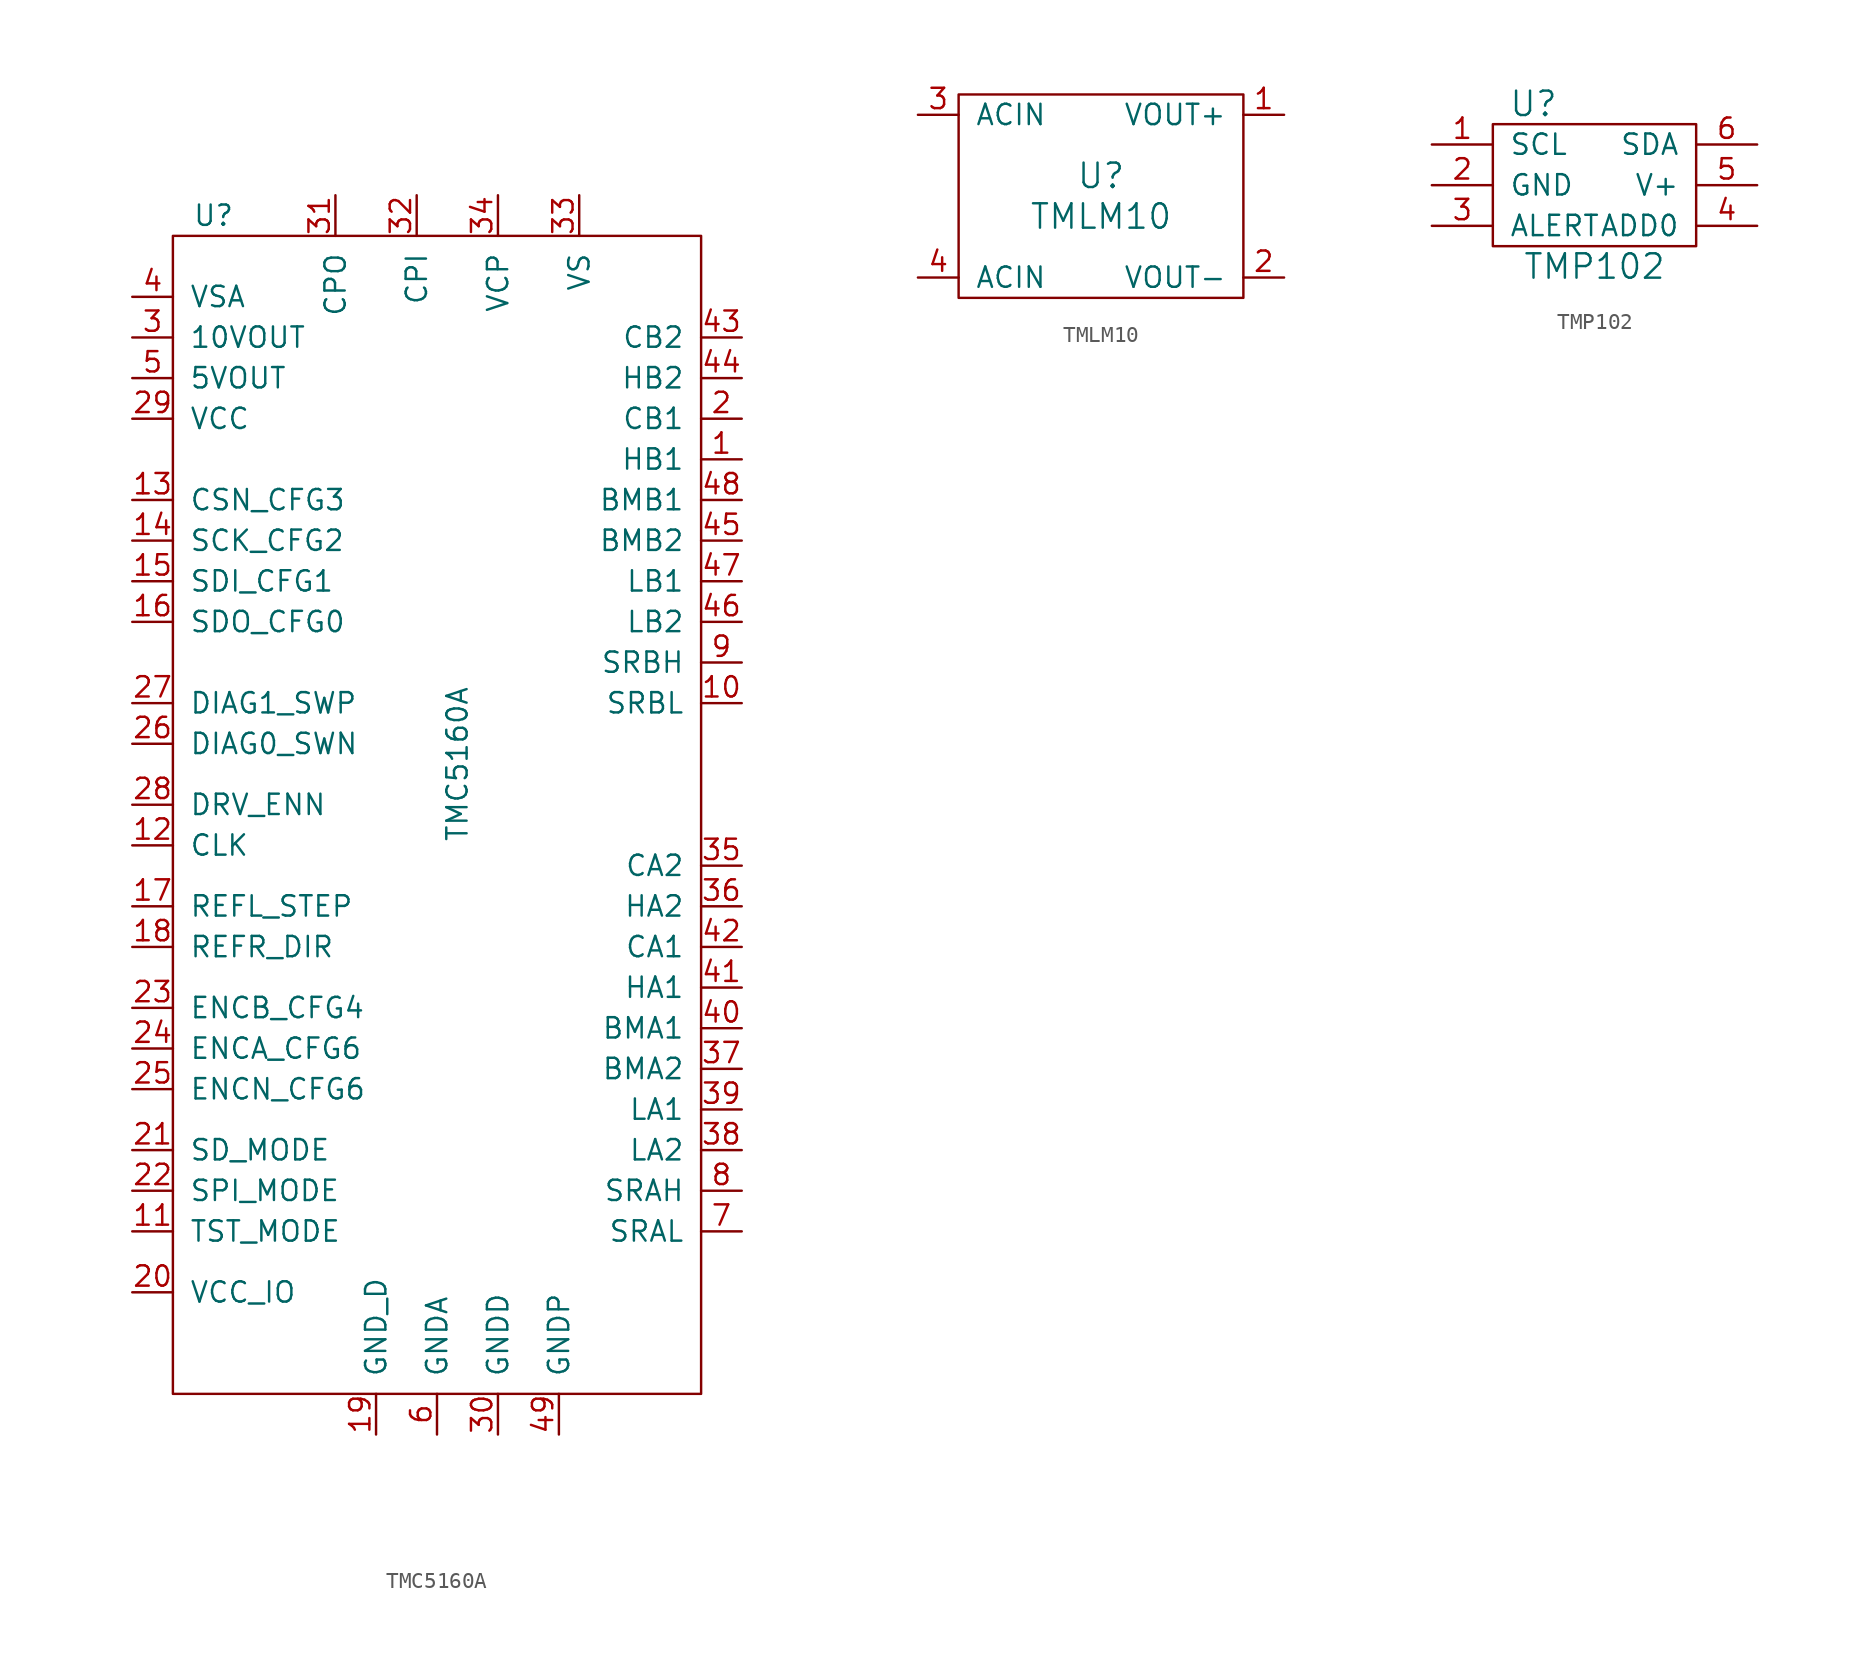
<source format=kicad_sym>
(kicad_symbol_lib
  (version 20210619)
  (generator kicad_symbol_editor)
  (symbol "tinkerforge:TMC5160A"
    (pin_names
      (offset 1.016))
    (property "Reference" "U"
      (at -15.24 34.29 0)
      (effects (font (size 1.27 1.27))))
    (property "Value" "TMC5160A"
      (at 0 0 90)
      (effects (font (size 1.27 1.27))))
    (symbol "TMC5160A_0_1"
      (rectangle (start -17.78 33.02) (end 15.24 -39.37) (stroke (width 0)) (fill (type none))))
    (symbol "TMC5160A_1_1"
      (pin input line (at 17.78 19.05 180) (length 2.54) (name "HB1" (effects (font (size 1.27 1.27)))) (number "1" (effects (font (size 1.27 1.27)))))
      (pin input line (at 17.78 3.81 180) (length 2.54) (name "SRBL" (effects (font (size 1.27 1.27)))) (number "10" (effects (font (size 1.27 1.27)))))
      (pin input line (at -20.32 -29.21 0) (length 2.54) (name "TST_MODE" (effects (font (size 1.27 1.27)))) (number "11" (effects (font (size 1.27 1.27)))))
      (pin input line (at -20.32 -5.08 0) (length 2.54) (name "CLK" (effects (font (size 1.27 1.27)))) (number "12" (effects (font (size 1.27 1.27)))))
      (pin input line (at -20.32 16.51 0) (length 2.54) (name "CSN_CFG3" (effects (font (size 1.27 1.27)))) (number "13" (effects (font (size 1.27 1.27)))))
      (pin input line (at -20.32 13.97 0) (length 2.54) (name "SCK_CFG2" (effects (font (size 1.27 1.27)))) (number "14" (effects (font (size 1.27 1.27)))))
      (pin input line (at -20.32 11.43 0) (length 2.54) (name "SDI_CFG1" (effects (font (size 1.27 1.27)))) (number "15" (effects (font (size 1.27 1.27)))))
      (pin input line (at -20.32 8.89 0) (length 2.54) (name "SDO_CFG0" (effects (font (size 1.27 1.27)))) (number "16" (effects (font (size 1.27 1.27)))))
      (pin input line (at -20.32 -8.89 0) (length 2.54) (name "REFL_STEP" (effects (font (size 1.27 1.27)))) (number "17" (effects (font (size 1.27 1.27)))))
      (pin input line (at -20.32 -11.43 0) (length 2.54) (name "REFR_DIR" (effects (font (size 1.27 1.27)))) (number "18" (effects (font (size 1.27 1.27)))))
      (pin input line (at -5.08 -41.91 90) (length 2.54) (name "GND_D" (effects (font (size 1.27 1.27)))) (number "19" (effects (font (size 1.27 1.27)))))
      (pin input line (at 17.78 21.59 180) (length 2.54) (name "CB1" (effects (font (size 1.27 1.27)))) (number "2" (effects (font (size 1.27 1.27)))))
      (pin input line (at -20.32 -33.02 0) (length 2.54) (name "VCC_IO" (effects (font (size 1.27 1.27)))) (number "20" (effects (font (size 1.27 1.27)))))
      (pin input line (at -20.32 -24.13 0) (length 2.54) (name "SD_MODE" (effects (font (size 1.27 1.27)))) (number "21" (effects (font (size 1.27 1.27)))))
      (pin input line (at -20.32 -26.67 0) (length 2.54) (name "SPI_MODE" (effects (font (size 1.27 1.27)))) (number "22" (effects (font (size 1.27 1.27)))))
      (pin input line (at -20.32 -15.24 0) (length 2.54) (name "ENCB_CFG4" (effects (font (size 1.27 1.27)))) (number "23" (effects (font (size 1.27 1.27)))))
      (pin input line (at -20.32 -17.78 0) (length 2.54) (name "ENCA_CFG6" (effects (font (size 1.27 1.27)))) (number "24" (effects (font (size 1.27 1.27)))))
      (pin input line (at -20.32 -20.32 0) (length 2.54) (name "ENCN_CFG6" (effects (font (size 1.27 1.27)))) (number "25" (effects (font (size 1.27 1.27)))))
      (pin input line (at -20.32 1.27 0) (length 2.54) (name "DIAG0_SWN" (effects (font (size 1.27 1.27)))) (number "26" (effects (font (size 1.27 1.27)))))
      (pin input line (at -20.32 3.81 0) (length 2.54) (name "DIAG1_SWP" (effects (font (size 1.27 1.27)))) (number "27" (effects (font (size 1.27 1.27)))))
      (pin input line (at -20.32 -2.54 0) (length 2.54) (name "DRV_ENN" (effects (font (size 1.27 1.27)))) (number "28" (effects (font (size 1.27 1.27)))))
      (pin input line (at -20.32 21.59 0) (length 2.54) (name "VCC" (effects (font (size 1.27 1.27)))) (number "29" (effects (font (size 1.27 1.27)))))
      (pin input line (at -20.32 26.67 0) (length 2.54) (name "10VOUT" (effects (font (size 1.27 1.27)))) (number "3" (effects (font (size 1.27 1.27)))))
      (pin input line (at 2.54 -41.91 90) (length 2.54) (name "GNDD" (effects (font (size 1.27 1.27)))) (number "30" (effects (font (size 1.27 1.27)))))
      (pin input line (at -7.62 35.56 270) (length 2.54) (name "CPO" (effects (font (size 1.27 1.27)))) (number "31" (effects (font (size 1.27 1.27)))))
      (pin input line (at -2.54 35.56 270) (length 2.54) (name "CPI" (effects (font (size 1.27 1.27)))) (number "32" (effects (font (size 1.27 1.27)))))
      (pin input line (at 7.62 35.56 270) (length 2.54) (name "VS" (effects (font (size 1.27 1.27)))) (number "33" (effects (font (size 1.27 1.27)))))
      (pin input line (at 2.54 35.56 270) (length 2.54) (name "VCP" (effects (font (size 1.27 1.27)))) (number "34" (effects (font (size 1.27 1.27)))))
      (pin input line (at 17.78 -6.35 180) (length 2.54) (name "CA2" (effects (font (size 1.27 1.27)))) (number "35" (effects (font (size 1.27 1.27)))))
      (pin input line (at 17.78 -8.89 180) (length 2.54) (name "HA2" (effects (font (size 1.27 1.27)))) (number "36" (effects (font (size 1.27 1.27)))))
      (pin input line (at 17.78 -19.05 180) (length 2.54) (name "BMA2" (effects (font (size 1.27 1.27)))) (number "37" (effects (font (size 1.27 1.27)))))
      (pin input line (at 17.78 -24.13 180) (length 2.54) (name "LA2" (effects (font (size 1.27 1.27)))) (number "38" (effects (font (size 1.27 1.27)))))
      (pin input line (at 17.78 -21.59 180) (length 2.54) (name "LA1" (effects (font (size 1.27 1.27)))) (number "39" (effects (font (size 1.27 1.27)))))
      (pin input line (at -20.32 29.21 0) (length 2.54) (name "VSA" (effects (font (size 1.27 1.27)))) (number "4" (effects (font (size 1.27 1.27)))))
      (pin input line (at 17.78 -16.51 180) (length 2.54) (name "BMA1" (effects (font (size 1.27 1.27)))) (number "40" (effects (font (size 1.27 1.27)))))
      (pin input line (at 17.78 -13.97 180) (length 2.54) (name "HA1" (effects (font (size 1.27 1.27)))) (number "41" (effects (font (size 1.27 1.27)))))
      (pin input line (at 17.78 -11.43 180) (length 2.54) (name "CA1" (effects (font (size 1.27 1.27)))) (number "42" (effects (font (size 1.27 1.27)))))
      (pin input line (at 17.78 26.67 180) (length 2.54) (name "CB2" (effects (font (size 1.27 1.27)))) (number "43" (effects (font (size 1.27 1.27)))))
      (pin input line (at 17.78 24.13 180) (length 2.54) (name "HB2" (effects (font (size 1.27 1.27)))) (number "44" (effects (font (size 1.27 1.27)))))
      (pin input line (at 17.78 13.97 180) (length 2.54) (name "BMB2" (effects (font (size 1.27 1.27)))) (number "45" (effects (font (size 1.27 1.27)))))
      (pin input line (at 17.78 8.89 180) (length 2.54) (name "LB2" (effects (font (size 1.27 1.27)))) (number "46" (effects (font (size 1.27 1.27)))))
      (pin input line (at 17.78 11.43 180) (length 2.54) (name "LB1" (effects (font (size 1.27 1.27)))) (number "47" (effects (font (size 1.27 1.27)))))
      (pin input line (at 17.78 16.51 180) (length 2.54) (name "BMB1" (effects (font (size 1.27 1.27)))) (number "48" (effects (font (size 1.27 1.27)))))
      (pin input line (at 6.35 -41.91 90) (length 2.54) (name "GNDP" (effects (font (size 1.27 1.27)))) (number "49" (effects (font (size 1.27 1.27)))))
      (pin input line (at -20.32 24.13 0) (length 2.54) (name "5VOUT" (effects (font (size 1.27 1.27)))) (number "5" (effects (font (size 1.27 1.27)))))
      (pin input line (at -1.27 -41.91 90) (length 2.54) (name "GNDA" (effects (font (size 1.27 1.27)))) (number "6" (effects (font (size 1.27 1.27)))))
      (pin input line (at 17.78 -29.21 180) (length 2.54) (name "SRAL" (effects (font (size 1.27 1.27)))) (number "7" (effects (font (size 1.27 1.27)))))
      (pin input line (at 17.78 -26.67 180) (length 2.54) (name "SRAH" (effects (font (size 1.27 1.27)))) (number "8" (effects (font (size 1.27 1.27)))))
      (pin input line (at 17.78 6.35 180) (length 2.54) (name "SRBH" (effects (font (size 1.27 1.27)))) (number "9" (effects (font (size 1.27 1.27)))))))
  (symbol "tinkerforge:TMLM10"
    (pin_names
      (offset 1.016))
    (property "Reference" "U"
      (at 0 1.27 0)
      (effects (font (size 1.524 1.524))))
    (property "Value" "TMLM10"
      (at 0 -1.27 0)
      (effects (font (size 1.524 1.524))))
    (symbol "TMLM10_0_1"
      (rectangle (start -8.89 6.35) (end 8.89 -6.35) (stroke (width 0)) (fill (type none))))
    (symbol "TMLM10_1_1"
      (pin passive line (at 11.43 5.08 180) (length 2.54) (name "VOUT+" (effects (font (size 1.27 1.27)))) (number "1" (effects (font (size 1.27 1.27)))))
      (pin passive line (at 11.43 -5.08 180) (length 2.54) (name "VOUT-" (effects (font (size 1.27 1.27)))) (number "2" (effects (font (size 1.27 1.27)))))
      (pin passive line (at -11.43 5.08 0) (length 2.54) (name "ACIN" (effects (font (size 1.27 1.27)))) (number "3" (effects (font (size 1.27 1.27)))))
      (pin passive line (at -11.43 -5.08 0) (length 2.54) (name "ACIN" (effects (font (size 1.27 1.27)))) (number "4" (effects (font (size 1.27 1.27)))))))
  (symbol "tinkerforge:TMP102"
    (pin_names
      (offset 1.016))
    (property "Reference" "U"
      (at -3.81 5.08 0)
      (effects (font (size 1.524 1.524))))
    (property "Value" "TMP102"
      (at 0 -5.08 0)
      (effects (font (size 1.524 1.524))))
    (property "Footprint" ""
      (at 0 0 0)
      (effects (font (size 1.524 1.524))))
    (property "Datasheet" ""
      (at 0 0 0)
      (effects (font (size 1.524 1.524))))
    (symbol "TMP102_0_1"
      (rectangle (start -6.35 3.81) (end 6.35 -3.81) (stroke (width 0)) (fill (type none))))
    (symbol "TMP102_1_1"
      (pin passive line (at -10.16 2.54 0) (length 3.81) (name "SCL" (effects (font (size 1.27 1.27)))) (number "1" (effects (font (size 1.27 1.27)))))
      (pin passive line (at -10.16 0 0) (length 3.81) (name "GND" (effects (font (size 1.27 1.27)))) (number "2" (effects (font (size 1.27 1.27)))))
      (pin passive line (at -10.16 -2.54 0) (length 3.81) (name "ALERT" (effects (font (size 1.27 1.27)))) (number "3" (effects (font (size 1.27 1.27)))))
      (pin passive line (at 10.16 -2.54 180) (length 3.81) (name "ADD0" (effects (font (size 1.27 1.27)))) (number "4" (effects (font (size 1.27 1.27)))))
      (pin passive line (at 10.16 0 180) (length 3.81) (name "V+" (effects (font (size 1.27 1.27)))) (number "5" (effects (font (size 1.27 1.27)))))
      (pin passive line (at 10.16 2.54 180) (length 3.81) (name "SDA" (effects (font (size 1.27 1.27)))) (number "6" (effects (font (size 1.27 1.27))))))))
</source>
